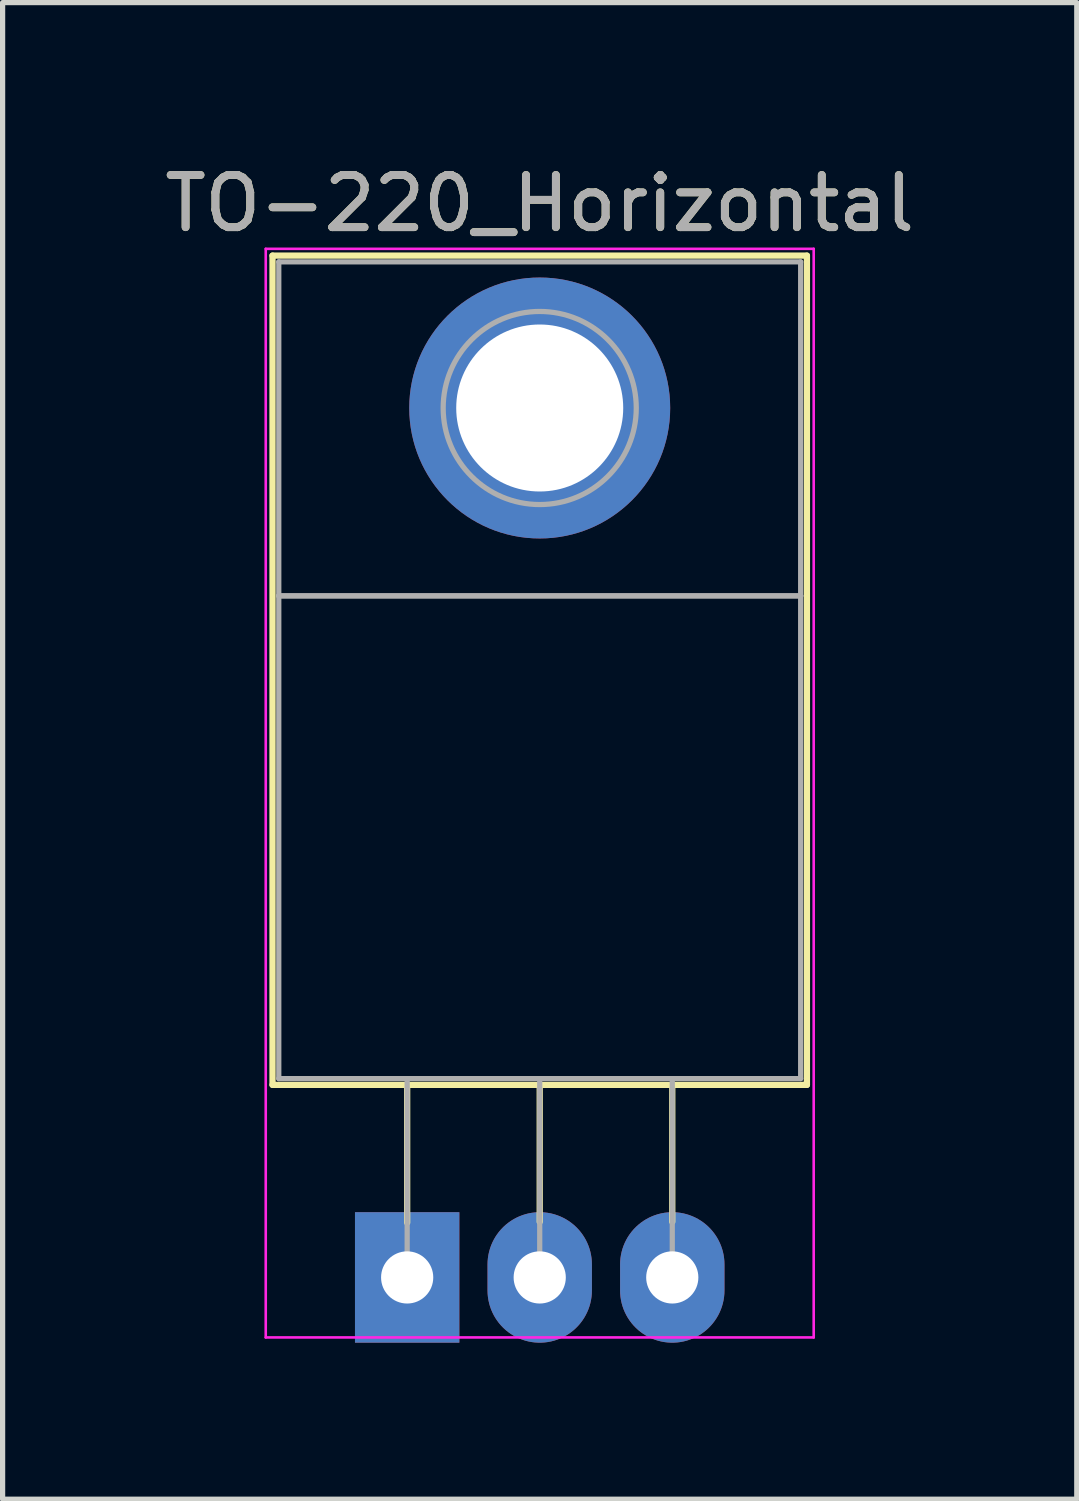
<source format=kicad_pcb>
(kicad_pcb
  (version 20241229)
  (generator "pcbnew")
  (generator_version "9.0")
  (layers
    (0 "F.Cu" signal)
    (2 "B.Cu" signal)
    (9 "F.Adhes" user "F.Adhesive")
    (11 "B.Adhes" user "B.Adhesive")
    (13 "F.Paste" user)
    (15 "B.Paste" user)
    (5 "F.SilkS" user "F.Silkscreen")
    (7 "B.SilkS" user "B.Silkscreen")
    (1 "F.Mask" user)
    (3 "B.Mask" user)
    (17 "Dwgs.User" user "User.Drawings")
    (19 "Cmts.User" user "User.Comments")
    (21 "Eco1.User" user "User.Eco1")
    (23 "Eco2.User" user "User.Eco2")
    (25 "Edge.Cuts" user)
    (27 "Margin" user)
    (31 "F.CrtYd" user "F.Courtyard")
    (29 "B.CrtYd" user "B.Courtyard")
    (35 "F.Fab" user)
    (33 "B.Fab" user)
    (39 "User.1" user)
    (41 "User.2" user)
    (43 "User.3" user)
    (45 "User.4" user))
  (footprint "TO-220_Horizontal"
    (layer "F.Cu")
    (at 4.752 21.428)
    (property "Reference" "TO-220_Horizontal" (at 2.54 -20.58 0) (layer "F.SilkS") (effects (font (size 1 1) (thickness 0.15))))
    (attr through_hole)
    (fp_line (start -2.58 -19.58) (end -2.58 -3.69) (stroke (width 0.12) (type solid)) (layer "F.SilkS"))
    (fp_line (start -2.58 -19.58) (end 7.66 -19.58) (stroke (width 0.12) (type solid)) (layer "F.SilkS"))
    (fp_line (start -2.58 -3.69) (end 7.66 -3.69) (stroke (width 0.12) (type solid)) (layer "F.SilkS"))
    (fp_line (start 0 -3.69) (end 0 -1.05) (stroke (width 0.12) (type solid)) (layer "F.SilkS"))
    (fp_line (start 2.54 -3.69) (end 2.54 -1.066) (stroke (width 0.12) (type solid)) (layer "F.SilkS"))
    (fp_line (start 5.08 -3.69) (end 5.08 -1.066) (stroke (width 0.12) (type solid)) (layer "F.SilkS"))
    (fp_line (start 7.66 -19.58) (end 7.66 -3.69) (stroke (width 0.12) (type solid)) (layer "F.SilkS"))
    (fp_line (start -2.71 -19.71) (end -2.71 1.15) (stroke (width 0.05) (type solid)) (layer "F.CrtYd"))
    (fp_line (start -2.71 1.15) (end 7.79 1.15) (stroke (width 0.05) (type solid)) (layer "F.CrtYd"))
    (fp_line (start 7.79 -19.71) (end -2.71 -19.71) (stroke (width 0.05) (type solid)) (layer "F.CrtYd"))
    (fp_line (start 7.79 1.15) (end 7.79 -19.71) (stroke (width 0.05) (type solid)) (layer "F.CrtYd"))
    (fp_line (start -2.46 -19.46) (end 7.54 -19.46) (stroke (width 0.1) (type solid)) (layer "F.Fab"))
    (fp_line (start -2.46 -13.06) (end -2.46 -19.46) (stroke (width 0.1) (type solid)) (layer "F.Fab"))
    (fp_line (start -2.46 -13.06) (end 7.54 -13.06) (stroke (width 0.1) (type solid)) (layer "F.Fab"))
    (fp_line (start -2.46 -3.81) (end -2.46 -13.06) (stroke (width 0.1) (type solid)) (layer "F.Fab"))
    (fp_line (start 0 -3.81) (end 0 0) (stroke (width 0.1) (type solid)) (layer "F.Fab"))
    (fp_line (start 2.54 -3.81) (end 2.54 0) (stroke (width 0.1) (type solid)) (layer "F.Fab"))
    (fp_line (start 5.08 -3.81) (end 5.08 0) (stroke (width 0.1) (type solid)) (layer "F.Fab"))
    (fp_line (start 7.54 -19.46) (end 7.54 -13.06) (stroke (width 0.1) (type solid)) (layer "F.Fab"))
    (fp_line (start 7.54 -13.06) (end -2.46 -13.06) (stroke (width 0.1) (type solid)) (layer "F.Fab"))
    (fp_line (start 7.54 -13.06) (end 7.54 -3.81) (stroke (width 0.1) (type solid)) (layer "F.Fab"))
    (fp_line (start 7.54 -3.81) (end -2.46 -3.81) (stroke (width 0.1) (type solid)) (layer "F.Fab"))
    (fp_circle (center 2.54 -16.66) (end 4.39 -16.66) (stroke (width 0.1) (type solid)) (fill no) (layer "F.Fab"))
    (fp_text user "${REFERENCE}" (at 2.54 -20.58 0) (layer "F.Fab") (effects (font (size 1 1) (thickness 0.15))))
    (pad "1" thru_hole rect (at 0 0) (size 2 2.5) (drill 1) (layers "*.Cu" "*.Mask"))
    (pad "2" thru_hole oval (at 2.54 0) (size 2 2.5) (drill 1) (layers "*.Cu" "*.Mask"))
    (pad "3" thru_hole oval (at 5.08 0) (size 2 2.5) (drill 1) (layers "*.Cu" "*.Mask"))
    (pad "4" thru_hole circle (at 2.54 -16.66) (size 5 5) (drill 3.2) (layers "*.Cu" "*.Mask")))
  (gr_rect
    (start -3 -3)
    (end 17.583 25.678)
    (stroke (width 0.1) (type default))
    (fill no)
    (layer "Edge.Cuts")))
</source>
